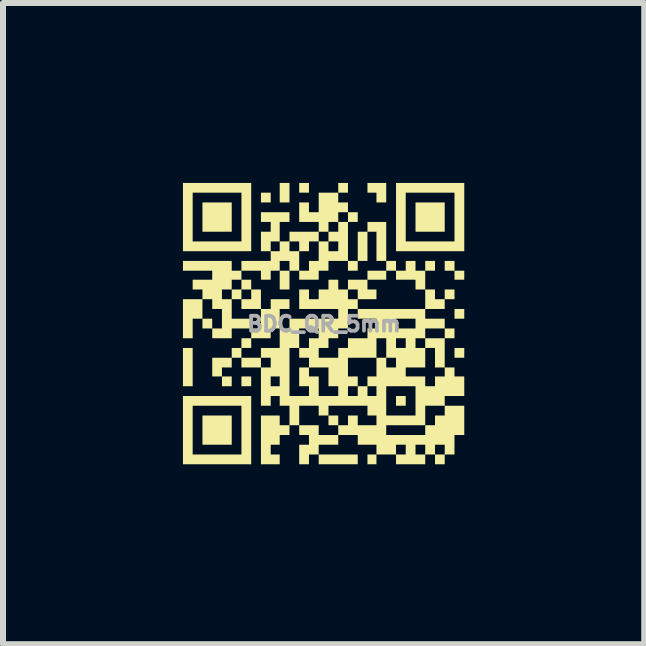
<source format=kicad_pcb>
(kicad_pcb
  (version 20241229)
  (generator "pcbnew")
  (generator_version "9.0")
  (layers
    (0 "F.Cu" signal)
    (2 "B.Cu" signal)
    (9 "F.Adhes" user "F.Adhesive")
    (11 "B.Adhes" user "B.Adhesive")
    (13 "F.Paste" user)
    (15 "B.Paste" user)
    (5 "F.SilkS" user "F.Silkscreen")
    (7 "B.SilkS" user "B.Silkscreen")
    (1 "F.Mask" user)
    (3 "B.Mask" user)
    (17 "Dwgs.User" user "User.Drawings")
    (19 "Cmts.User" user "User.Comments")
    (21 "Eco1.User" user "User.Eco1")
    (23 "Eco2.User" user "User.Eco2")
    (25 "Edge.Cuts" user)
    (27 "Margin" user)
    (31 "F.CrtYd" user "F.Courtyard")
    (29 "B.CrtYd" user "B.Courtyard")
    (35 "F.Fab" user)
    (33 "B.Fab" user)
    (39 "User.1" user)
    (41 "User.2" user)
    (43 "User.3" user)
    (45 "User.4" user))
  (footprint "BDC_QR_5mm"
    (layer "F.Cu")
    (at 2.351 2.351)
    (property "Reference" "BDC_QR_5mm" (at 0 0 0) (layer "F.Fab") (effects (font (size 0.25 0.25) (thickness 0.062))))
    (attr board_only exclude_from_pos_files exclude_from_bom)
    (fp_poly (pts (xy -2.189 1.038) (xy -2.351 1.038) (xy -2.351 0.4) (xy -2.189 0.4)) (stroke (width 0) (type solid)) (fill yes) (layer "F.SilkS"))
    (fp_poly (pts (xy -1.863 0.075) (xy -2.026 0.075) (xy -2.026 -0.088) (xy -1.863 -0.088)) (stroke (width 0) (type solid)) (fill yes) (layer "F.SilkS"))
    (fp_poly (pts (xy -1.538 -1.538) (xy -2.026 -1.538) (xy -2.026 -2.026) (xy -1.538 -2.026)) (stroke (width 0) (type solid)) (fill yes) (layer "F.SilkS"))
    (fp_poly (pts (xy -1.538 1.038) (xy -1.701 1.038) (xy -1.701 0.875) (xy -1.538 0.875)) (stroke (width 0) (type solid)) (fill yes) (layer "F.SilkS"))
    (fp_poly (pts (xy -1.538 2.013) (xy -2.026 2.013) (xy -2.026 1.526) (xy -1.538 1.526)) (stroke (width 0) (type solid)) (fill yes) (layer "F.SilkS"))
    (fp_poly (pts (xy -1.213 1.038) (xy -1.376 1.038) (xy -1.376 0.875) (xy -1.213 0.875)) (stroke (width 0) (type solid)) (fill yes) (layer "F.SilkS"))
    (fp_poly (pts (xy -0.888 -2.026) (xy -1.051 -2.026) (xy -1.051 -2.189) (xy -0.888 -2.189)) (stroke (width 0) (type solid)) (fill yes) (layer "F.SilkS"))
    (fp_poly (pts (xy -0.575 -2.026) (xy -0.738 -2.026) (xy -0.738 -2.351) (xy -0.575 -2.351)) (stroke (width 0) (type solid)) (fill yes) (layer "F.SilkS"))
    (fp_poly (pts (xy -0.575 -0.575) (xy -0.738 -0.575) (xy -0.738 -0.888) (xy -0.575 -0.888)) (stroke (width 0) (type solid)) (fill yes) (layer "F.SilkS"))
    (fp_poly (pts (xy -0.25 -2.189) (xy -0.413 -2.189) (xy -0.413 -2.351) (xy -0.25 -2.351)) (stroke (width 0) (type solid)) (fill yes) (layer "F.SilkS"))
    (fp_poly (pts (xy 0.238 1.688) (xy 0.075 1.688) (xy 0.075 1.526) (xy 0.238 1.526)) (stroke (width 0) (type solid)) (fill yes) (layer "F.SilkS"))
    (fp_poly (pts (xy 0.4 -2.189) (xy 0.238 -2.189) (xy 0.238 -2.351) (xy 0.4 -2.351)) (stroke (width 0) (type solid)) (fill yes) (layer "F.SilkS"))
    (fp_poly (pts (xy 0.563 2.339) (xy -0.088 2.339) (xy -0.088 2.176) (xy 0.563 2.176)) (stroke (width 0) (type solid)) (fill yes) (layer "F.SilkS"))
    (fp_poly (pts (xy 0.875 2.339) (xy 0.725 2.339) (xy 0.725 2.176) (xy 0.875 2.176)) (stroke (width 0) (type solid)) (fill yes) (layer "F.SilkS"))
    (fp_poly (pts (xy 1.038 -0.738) (xy 0.725 -0.738) (xy 0.725 -0.888) (xy 1.038 -0.888)) (stroke (width 0) (type solid)) (fill yes) (layer "F.SilkS"))
    (fp_poly (pts (xy 1.363 1.363) (xy 1.201 1.363) (xy 1.201 1.201) (xy 1.363 1.201)) (stroke (width 0) (type solid)) (fill yes) (layer "F.SilkS"))
    (fp_poly (pts (xy 1.851 -0.888) (xy 1.688 -0.888) (xy 1.688 -1.051) (xy 1.851 -1.051)) (stroke (width 0) (type solid)) (fill yes) (layer "F.SilkS"))
    (fp_poly (pts (xy 2.013 -1.538) (xy 1.526 -1.538) (xy 1.526 -2.026) (xy 2.013 -2.026)) (stroke (width 0) (type solid)) (fill yes) (layer "F.SilkS"))
    (fp_poly (pts (xy 2.176 -0.888) (xy 2.013 -0.888) (xy 2.013 -1.051) (xy 2.176 -1.051)) (stroke (width 0) (type solid)) (fill yes) (layer "F.SilkS"))
    (fp_poly (pts (xy 2.176 -0.413) (xy 2.013 -0.413) (xy 2.013 -0.575) (xy 2.176 -0.575)) (stroke (width 0) (type solid)) (fill yes) (layer "F.SilkS"))
    (fp_poly (pts (xy 2.176 0.238) (xy 2.013 0.238) (xy 2.013 0.075) (xy 2.176 0.075)) (stroke (width 0) (type solid)) (fill yes) (layer "F.SilkS"))
    (fp_poly (pts (xy 2.339 -0.738) (xy 2.176 -0.738) (xy 2.176 -0.888) (xy 2.339 -0.888)) (stroke (width 0) (type solid)) (fill yes) (layer "F.SilkS"))
    (fp_poly (pts (xy 2.339 -0.088) (xy 2.176 -0.088) (xy 2.176 -0.25) (xy 2.339 -0.25)) (stroke (width 0) (type solid)) (fill yes) (layer "F.SilkS"))
    (fp_poly (pts (xy 2.339 0.563) (xy 2.176 0.563) (xy 2.176 0.4) (xy 2.339 0.4)) (stroke (width 0) (type solid)) (fill yes) (layer "F.SilkS"))
    (fp_poly (pts (xy -2.026 -0.088) (xy -2.189 -0.088) (xy -2.189 0.238) (xy -2.351 0.238) (xy -2.351 -0.413) (xy -2.026 -0.413)) (stroke (width 0) (type solid)) (fill yes) (layer "F.SilkS"))
    (fp_poly (pts (xy -1.538 0.725) (xy -1.701 0.725) (xy -1.701 0.875) (xy -1.863 0.875) (xy -1.863 0.563) (xy -1.538 0.563)) (stroke (width 0) (type solid)) (fill yes) (layer "F.SilkS"))
    (fp_poly (pts (xy 1.038 -2.026) (xy 0.875 -2.026) (xy 0.875 -2.189) (xy 0.725 -2.189) (xy 0.725 -2.351) (xy 1.038 -2.351)) (stroke (width 0) (type solid)) (fill yes) (layer "F.SilkS"))
    (fp_poly (pts (xy 0.725 -0.575) (xy 0.875 -0.575) (xy 0.875 -0.413) (xy 0.563 -0.413) (xy 0.563 -0.575) (xy 0.4 -0.575) (xy 0.4 -0.738) (xy 0.725 -0.738)) (stroke (width 0) (type solid)) (fill yes) (layer "F.SilkS"))
    (fp_poly (pts (xy -1.213 -1.213) (xy -2.351 -1.213) (xy -2.351 -1.376) (xy -2.189 -1.376) (xy -1.376 -1.376) (xy -1.376 -2.189) (xy -2.189 -2.189) (xy -2.189 -1.376) (xy -2.351 -1.376) (xy -2.351 -2.351) (xy -1.213 -2.351)) (stroke (width 0) (type solid)) (fill yes) (layer "F.SilkS"))
    (fp_poly (pts (xy -1.213 2.339) (xy -2.351 2.339) (xy -2.351 2.176) (xy -2.189 2.176) (xy -1.376 2.176) (xy -1.376 1.363) (xy -2.189 1.363) (xy -2.189 2.176) (xy -2.351 2.176) (xy -2.351 1.201) (xy -1.213 1.201)) (stroke (width 0) (type solid)) (fill yes) (layer "F.SilkS"))
    (fp_poly (pts (xy 2.339 -1.213) (xy 1.201 -1.213) (xy 1.201 -1.376) (xy 1.363 -1.376) (xy 2.176 -1.376) (xy 2.176 -2.189) (xy 1.363 -2.189) (xy 1.363 -1.376) (xy 1.201 -1.376) (xy 1.201 -2.351) (xy 2.339 -2.351)) (stroke (width 0) (type solid)) (fill yes) (layer "F.SilkS"))
    (fp_poly (pts (xy -0.738 1.688) (xy -0.575 1.688) (xy -0.575 1.851) (xy -0.738 1.851) (xy -0.738 2.013) (xy -0.888 2.013) (xy -0.888 2.176) (xy -0.738 2.176) (xy -0.738 2.339) (xy -1.051 2.339) (xy -1.051 1.526) (xy -0.738 1.526)) (stroke (width 0) (type solid)) (fill yes) (layer "F.SilkS"))
    (fp_poly (pts (xy -1.051 -0.575) (xy -1.051 -0.25) (xy -1.376 -0.25) (xy -1.376 -0.413) (xy -1.213 -0.413) (xy -1.213 -0.575) (xy -1.376 -0.575) (xy -1.376 -0.413) (xy -1.538 -0.413) (xy -1.538 -0.575) (xy -1.376 -0.575) (xy -1.376 -0.738) (xy -1.213 -0.738) (xy -1.213 -0.575)) (stroke (width 0) (type solid)) (fill yes) (layer "F.SilkS"))
    (fp_poly (pts (xy 2.013 0.238) (xy 2.013 0.725) (xy 2.176 0.725) (xy 2.176 0.875) (xy 2.339 0.875) (xy 2.339 1.201) (xy 2.013 1.201) (xy 2.013 1.363) (xy 2.339 1.363) (xy 2.339 1.851) (xy 2.176 1.851) (xy 2.176 2.176) (xy 2.013 2.176) (xy 2.013 2.339) (xy 1.851 2.339) (xy 1.851 2.176) (xy 2.013 2.176) (xy 2.013 2.013) (xy 1.851 2.013) (xy 1.851 2.176) (xy 1.688 2.176) (xy 1.688 2.339) (xy 1.201 2.339) (xy 1.201 2.176) (xy 1.363 2.176) (xy 1.526 2.176) (xy 1.688 2.176) (xy 1.688 2.013) (xy 1.526 2.013) (xy 1.526 2.176) (xy 1.363 2.176) (xy 1.363 2.013) (xy 1.201 2.013) (xy 1.201 2.176) (xy 0.875 2.176) (xy 0.875 2.013) (xy 0.563 2.013) (xy 0.563 1.851) (xy 1.038 1.851) (xy 1.688 1.851) (xy 1.688 1.688) (xy 1.851 1.688) (xy 1.851 1.526) (xy 2.013 1.526) (xy 2.013 1.363) (xy 1.688 1.363) (xy 1.688 1.688) (xy 1.038 1.688) (xy 1.038 1.851) (xy 0.563 1.851) (xy 0.238 1.851) (xy 0.238 2.013) (xy -0.088 2.013) (xy -0.088 2.176) (xy -0.25 2.176) (xy -0.25 2.339) (xy -0.413 2.339) (xy -0.413 2.013) (xy -0.25 2.013) (xy -0.25 1.851) (xy -0.413 1.851) (xy -0.413 1.688) (xy -0.088 1.688) (xy -0.088 1.851) (xy 0.238 1.851) (xy 0.238 1.688) (xy 0.4 1.688) (xy 0.4 1.526) (xy 0.563 1.526) (xy 0.563 1.688) (xy 0.875 1.688) (xy 0.875 1.526) (xy 1.038 1.526) (xy 1.526 1.526) (xy 1.526 1.038) (xy 1.038 1.038) (xy 1.038 1.526) (xy 0.875 1.526) (xy 0.725 1.526) (xy 0.725 1.363) (xy 0.075 1.363) (xy 0.075 1.526) (xy -0.088 1.526) (xy -0.088 1.363) (xy -0.413 1.363) (xy -0.413 1.688) (xy -0.575 1.688) (xy -0.575 1.363) (xy -0.738 1.363) (xy -0.738 1.201) (xy -0.575 1.201) (xy -0.25 1.201) (xy -0.25 1.038) (xy -0.413 1.038) (xy -0.413 0.875) (xy -0.25 0.875) (xy -0.088 0.875) (xy -0.088 1.201) (xy 0.238 1.201) (xy 0.4 1.201) (xy 0.563 1.201) (xy 0.725 1.201) (xy 0.875 1.201) (xy 0.875 1.038) (xy 0.725 1.038) (xy 0.725 1.201) (xy 0.563 1.201) (xy 0.563 1.038) (xy 0.4 1.038) (xy 0.4 1.201) (xy 0.238 1.201) (xy 0.238 1.038) (xy 0.075 1.038) (xy 0.075 0.875) (xy 0.4 0.875) (xy 0.563 0.875) (xy 0.563 1.038) (xy 0.725 1.038) (xy 0.725 0.875) (xy 0.875 0.875) (xy 1.363 0.875) (xy 1.688 0.875) (xy 1.688 1.038) (xy 1.851 1.038) (xy 1.851 0.875) (xy 2.013 0.875) (xy 2.013 0.725) (xy 1.851 0.725) (xy 1.851 0.4) (xy 1.688 0.4) (xy 1.688 0.725) (xy 1.363 0.725) (xy 1.363 0.875) (xy 0.875 0.875) (xy 0.875 0.725) (xy 1.038 0.725) (xy 1.201 0.725) (xy 1.201 0.563) (xy 1.038 0.563) (xy 1.038 0.725) (xy 0.875 0.725) (xy 0.875 0.563) (xy 1.038 0.563) (xy 1.038 0.4) (xy 1.201 0.4) (xy 1.363 0.4) (xy 1.526 0.4) (xy 1.688 0.4) (xy 1.688 0.238) (xy 1.526 0.238) (xy 1.526 0.4) (xy 1.363 0.4) (xy 1.363 0.238) (xy 1.201 0.238) (xy 1.201 0.4) (xy 1.038 0.4) (xy 1.038 0.238) (xy 0.875 0.238) (xy 0.875 0.563) (xy 0.4 0.563) (xy 0.4 0.875) (xy 0.075 0.875) (xy 0.075 0.725) (xy -0.25 0.725) (xy -0.25 0.875) (xy -0.413 0.875) (xy -0.413 0.725) (xy -0.25 0.725) (xy -0.25 0.563) (xy -0.088 0.563) (xy 0.238 0.563) (xy 0.238 0.4) (xy 0.4 0.4) (xy 0.4 0.238) (xy 0.725 0.238) (xy 0.725 0.075) (xy 0.875 0.075) (xy 1.201 0.075) (xy 1.526 0.075) (xy 1.526 -0.088) (xy 1.201 -0.088) (xy 1.201 0.075) (xy 0.875 0.075) (xy 0.875 -0.088) (xy 0.563 -0.088) (xy 0.563 -0.25) (xy 0.4 -0.25) (xy 0.4 0.075) (xy 0.238 0.075) (xy 0.238 0.238) (xy 0.075 0.238) (xy 0.075 0.4) (xy -0.088 0.4) (xy -0.088 0.563) (xy -0.25 0.563) (xy -0.413 0.563) (xy -0.413 0.4) (xy -0.25 0.4) (xy -0.25 0.238) (xy -0.088 0.238) (xy -0.088 0.075) (xy -0.413 0.075) (xy -0.413 0.4) (xy -0.575 0.4) (xy -0.575 1.201) (xy -0.738 1.201) (xy -0.888 1.201) (xy -0.888 1.363) (xy -1.051 1.363) (xy -1.051 1.038) (xy -0.888 1.038) (xy -0.738 1.038) (xy -0.738 0.875) (xy -0.888 0.875) (xy -0.888 1.038) (xy -1.051 1.038) (xy -1.051 0.725) (xy -0.888 0.725) (xy -0.888 0.563) (xy -1.051 0.563) (xy -1.051 0.725) (xy -1.376 0.725) (xy -1.376 0.563) (xy -1.051 0.563) (xy -1.051 0.4) (xy -0.738 0.4) (xy -0.738 0.075) (xy -0.888 0.075) (xy -0.888 0.238) (xy -1.213 0.238) (xy -1.213 0.4) (xy -1.376 0.4) (xy -1.376 0.563) (xy -1.538 0.563) (xy -1.538 0.4) (xy -1.376 0.4) (xy -1.376 0.238) (xy -1.213 0.238) (xy -1.213 0.075) (xy -1.538 0.075) (xy -1.538 0.238) (xy -1.863 0.238) (xy -1.863 0.075) (xy -1.701 0.075) (xy -1.701 -0.25) (xy -1.863 -0.25) (xy -1.863 -0.413) (xy -1.701 -0.413) (xy -1.538 -0.413) (xy -1.538 -0.088) (xy -1.213 -0.088) (xy -1.213 0.075) (xy -1.051 0.075) (xy -1.051 -0.25) (xy -0.888 -0.25) (xy -0.888 -0.413) (xy -0.575 -0.413) (xy -0.575 -0.25) (xy -0.738 -0.25) (xy -0.738 0.075) (xy -0.575 0.075) (xy -0.575 -0.088) (xy 0.238 -0.088) (xy 0.238 -0.25) (xy -0.413 -0.25) (xy -0.413 -0.575) (xy -0.25 -0.575) (xy -0.25 -0.413) (xy -0.088 -0.413) (xy -0.088 -0.575) (xy 0.075 -0.575) (xy 0.075 -0.738) (xy 0.238 -0.738) (xy 0.238 -0.575) (xy 0.4 -0.575) (xy 0.4 -0.413) (xy 0.563 -0.413) (xy 0.563 -0.25) (xy 1.688 -0.25) (xy 1.688 -0.575) (xy 1.526 -0.575) (xy 1.526 -0.738) (xy 1.201 -0.738) (xy 1.201 -0.888) (xy 1.038 -0.888) (xy 1.038 -1.051) (xy 0.875 -1.051) (xy 0.875 -1.538) (xy 0.725 -1.538) (xy 0.725 -1.051) (xy 0.563 -1.051) (xy 0.563 -0.888) (xy 0.4 -0.888) (xy 0.4 -1.051) (xy 0.075 -1.051) (xy 0.075 -0.888) (xy -0.088 -0.888) (xy -0.088 -0.738) (xy -0.413 -0.738) (xy -0.413 -0.888) (xy -0.25 -0.888) (xy -0.25 -1.051) (xy -0.088 -1.051) (xy -0.088 -1.213) (xy 0.075 -1.213) (xy 0.238 -1.213) (xy 0.238 -1.376) (xy 0.075 -1.376) (xy 0.075 -1.213) (xy -0.088 -1.213) (xy -0.088 -1.376) (xy 0.075 -1.376) (xy 0.075 -1.538) (xy 0.238 -1.538) (xy 0.238 -1.701) (xy 0.4 -1.701) (xy 0.4 -1.863) (xy 0.238 -1.863) (xy 0.238 -1.701) (xy 0.075 -1.701) (xy 0.075 -1.538) (xy -0.088 -1.538) (xy -0.088 -1.376) (xy -0.25 -1.376) (xy -0.25 -1.213) (xy -0.413 -1.213) (xy -0.413 -0.888) (xy -0.575 -0.888) (xy -0.575 -1.051) (xy -0.738 -1.051) (xy -0.738 -0.888) (xy -0.888 -0.888) (xy -0.888 -0.738) (xy -1.051 -0.738) (xy -1.051 -0.888) (xy -1.376 -0.888) (xy -1.376 -0.738) (xy -1.538 -0.738) (xy -1.538 -0.575) (xy -1.701 -0.575) (xy -1.701 -0.413) (xy -1.863 -0.413) (xy -2.026 -0.413) (xy -2.026 -0.575) (xy -2.189 -0.575) (xy -2.189 -0.738) (xy -1.863 -0.738) (xy -1.863 -0.888) (xy -2.351 -0.888) (xy -2.351 -1.051) (xy -1.538 -1.051) (xy -1.538 -0.888) (xy -1.376 -0.888) (xy -1.376 -1.051) (xy -0.888 -1.051) (xy -0.888 -1.213) (xy -0.738 -1.213) (xy -0.575 -1.213) (xy -0.413 -1.213) (xy -0.413 -1.376) (xy -0.575 -1.376) (xy -0.575 -1.213) (xy -0.738 -1.213) (xy -0.738 -1.376) (xy -0.888 -1.376) (xy -0.888 -1.213) (xy -1.051 -1.213) (xy -1.051 -1.538) (xy -0.888 -1.538) (xy -0.888 -1.701) (xy -1.051 -1.701) (xy -1.051 -1.863) (xy -0.575 -1.863) (xy -0.575 -1.701) (xy -0.738 -1.701) (xy -0.738 -1.376) (xy -0.575 -1.376) (xy -0.575 -1.538) (xy -0.088 -1.538) (xy -0.088 -1.701) (xy -0.413 -1.701) (xy -0.413 -2.026) (xy -0.25 -2.026) (xy -0.25 -1.863) (xy -0.088 -1.863) (xy -0.088 -2.189) (xy 0.238 -2.189) (xy 0.238 -2.026) (xy 0.4 -2.026) (xy 0.4 -1.863) (xy 0.563 -1.863) (xy 0.563 -1.701) (xy 0.4 -1.701) (xy 0.4 -1.051) (xy 0.563 -1.051) (xy 0.563 -1.538) (xy 0.725 -1.538) (xy 0.725 -1.701) (xy 1.038 -1.701) (xy 1.038 -1.051) (xy 1.201 -1.051) (xy 1.201 -0.888) (xy 1.363 -0.888) (xy 1.363 -1.051) (xy 1.526 -1.051) (xy 1.526 -0.888) (xy 1.688 -0.888) (xy 1.688 -0.575) (xy 1.851 -0.575) (xy 1.851 -0.413) (xy 2.013 -0.413) (xy 2.013 -0.25) (xy 1.688 -0.25) (xy 1.688 -0.088) (xy 2.013 -0.088) (xy 2.013 0.075) (xy 1.688 0.075) (xy 1.688 0.238)) (stroke (width 0) (type solid)) (fill yes) (layer "F.SilkS")))
  (gr_rect
    (start -3 -3)
    (end 7.69 7.69)
    (stroke (width 0.1) (type default))
    (fill no)
    (layer "Edge.Cuts")))
</source>
